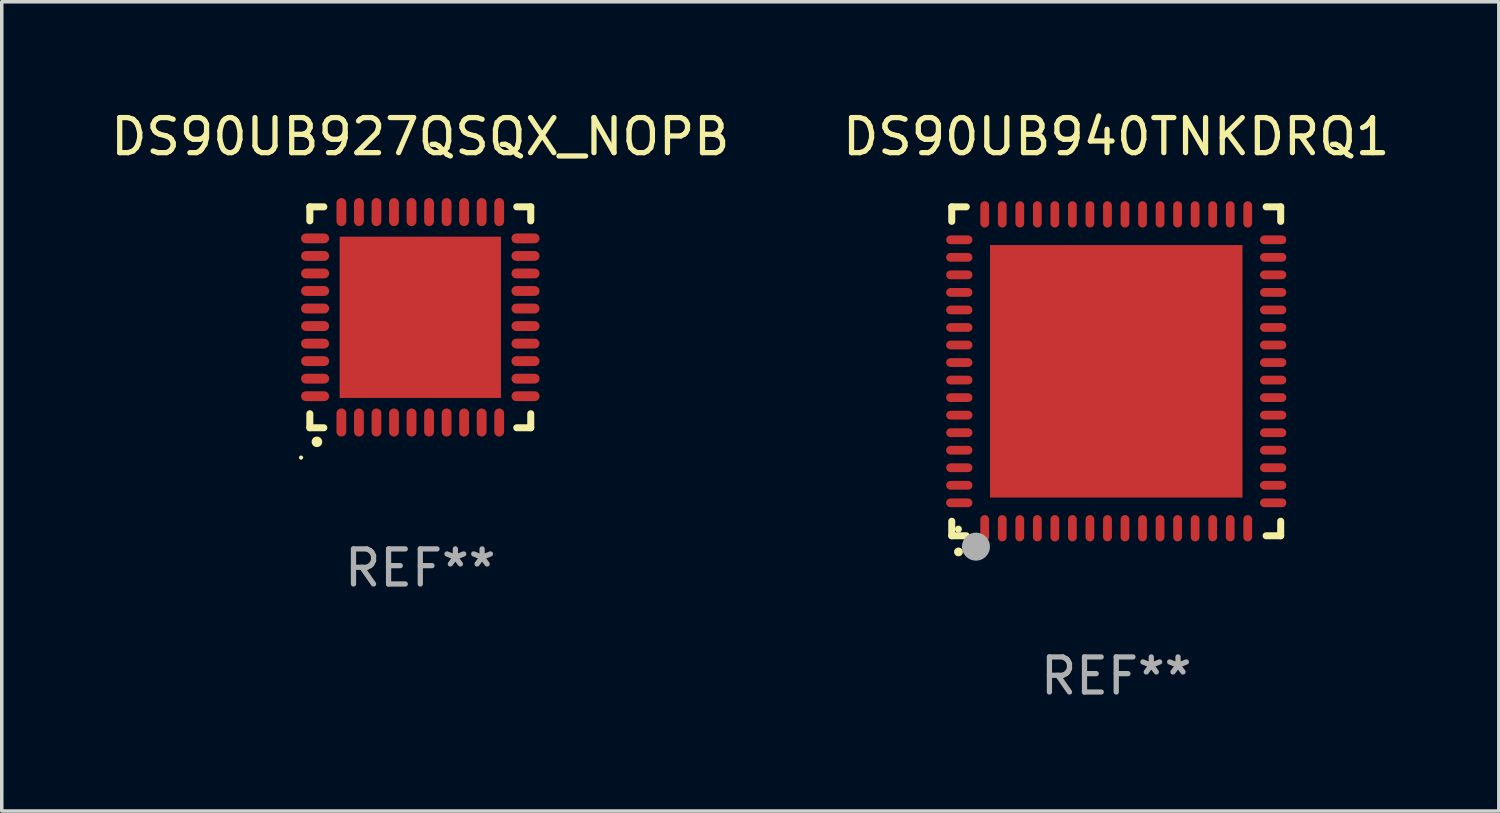
<source format=kicad_pcb>
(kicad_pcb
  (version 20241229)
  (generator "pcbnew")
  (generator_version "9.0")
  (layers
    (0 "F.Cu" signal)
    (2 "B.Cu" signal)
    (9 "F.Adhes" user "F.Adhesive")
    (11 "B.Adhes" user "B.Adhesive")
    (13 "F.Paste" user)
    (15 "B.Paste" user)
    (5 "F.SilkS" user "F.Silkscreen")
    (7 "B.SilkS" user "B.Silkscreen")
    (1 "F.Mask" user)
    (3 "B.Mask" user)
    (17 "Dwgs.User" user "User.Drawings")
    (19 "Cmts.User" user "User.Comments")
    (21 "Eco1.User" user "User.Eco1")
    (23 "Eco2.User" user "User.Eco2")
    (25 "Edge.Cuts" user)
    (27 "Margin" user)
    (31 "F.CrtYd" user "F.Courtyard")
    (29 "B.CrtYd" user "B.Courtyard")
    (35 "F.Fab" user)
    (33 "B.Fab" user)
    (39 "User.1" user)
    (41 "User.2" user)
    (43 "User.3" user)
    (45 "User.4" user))
  (footprint "DS90UB927QSQX_NOPB"
    (layer "F.Cu")
    (at 8.935 5.998)
    (property "Reference" "DS90UB927QSQX_NOPB" (at 0 -5.15 0) (layer "F.SilkS") (effects (font (size 1 1) (thickness 0.15))))
    (attr through_hole)
    (fp_line (start -3.15 -3.15) (end -2.75 -3.15) (stroke (width 0.2) (type solid)) (layer "F.SilkS"))
    (fp_line (start -3.15 -2.75) (end -3.15 -3.15) (stroke (width 0.2) (type solid)) (layer "F.SilkS"))
    (fp_line (start -3.15 3.15) (end -3.15 2.75) (stroke (width 0.2) (type solid)) (layer "F.SilkS"))
    (fp_line (start -2.75 3.15) (end -3.15 3.15) (stroke (width 0.2) (type solid)) (layer "F.SilkS"))
    (fp_line (start 3.15 -3.15) (end 2.75 -3.15) (stroke (width 0.2) (type solid)) (layer "F.SilkS"))
    (fp_line (start 3.15 -2.75) (end 3.15 -3.15) (stroke (width 0.2) (type solid)) (layer "F.SilkS"))
    (fp_line (start 3.15 2.75) (end 3.15 3.15) (stroke (width 0.2) (type solid)) (layer "F.SilkS"))
    (fp_line (start 3.15 3.15) (end 2.75 3.15) (stroke (width 0.2) (type solid)) (layer "F.SilkS"))
    (fp_arc (start -2.948946 3.550927) (mid -2.947676 3.550922) (end -2.946406 3.550927) (stroke (width 0.3) (type solid)) (layer "F.SilkS"))
    (fp_circle (center -3.4 4.001) (end -3.37 4.001) (stroke (width 0.06) (type solid)) (fill no) (layer "F.SilkS"))
    (fp_text user "REF**" (at 0 7.15 0) (layer "F.Fab") (effects (font (size 1 1) (thickness 0.15))))
    (pad "1" smd oval (at -2.25 3 180) (size 0.28 0.8) (layers "F.Cu" "F.Mask" "F.Paste"))
    (pad "2" smd oval (at -1.75 3 180) (size 0.28 0.8) (layers "F.Cu" "F.Mask" "F.Paste"))
    (pad "3" smd oval (at -1.25 3 180) (size 0.28 0.8) (layers "F.Cu" "F.Mask" "F.Paste"))
    (pad "4" smd oval (at -0.75 3 180) (size 0.28 0.8) (layers "F.Cu" "F.Mask" "F.Paste"))
    (pad "5" smd oval (at -0.25 3 180) (size 0.28 0.8) (layers "F.Cu" "F.Mask" "F.Paste"))
    (pad "6" smd oval (at 0.25 3 180) (size 0.28 0.8) (layers "F.Cu" "F.Mask" "F.Paste"))
    (pad "7" smd oval (at 0.75 3 180) (size 0.28 0.8) (layers "F.Cu" "F.Mask" "F.Paste"))
    (pad "8" smd oval (at 1.25 3 180) (size 0.28 0.8) (layers "F.Cu" "F.Mask" "F.Paste"))
    (pad "9" smd oval (at 1.75 3 180) (size 0.28 0.8) (layers "F.Cu" "F.Mask" "F.Paste"))
    (pad "10" smd oval (at 2.25 3 180) (size 0.28 0.8) (layers "F.Cu" "F.Mask" "F.Paste"))
    (pad "11" smd oval (at 3 2.25 90) (size 0.28 0.8) (layers "F.Cu" "F.Mask" "F.Paste"))
    (pad "12" smd oval (at 3 1.75 90) (size 0.28 0.8) (layers "F.Cu" "F.Mask" "F.Paste"))
    (pad "13" smd oval (at 3 1.25 90) (size 0.28 0.8) (layers "F.Cu" "F.Mask" "F.Paste"))
    (pad "14" smd oval (at 3 0.75 90) (size 0.28 0.8) (layers "F.Cu" "F.Mask" "F.Paste"))
    (pad "15" smd oval (at 3 0.25 90) (size 0.28 0.8) (layers "F.Cu" "F.Mask" "F.Paste"))
    (pad "16" smd oval (at 3 -0.25 90) (size 0.28 0.8) (layers "F.Cu" "F.Mask" "F.Paste"))
    (pad "17" smd oval (at 3 -0.75 90) (size 0.28 0.8) (layers "F.Cu" "F.Mask" "F.Paste"))
    (pad "18" smd oval (at 3 -1.25 90) (size 0.28 0.8) (layers "F.Cu" "F.Mask" "F.Paste"))
    (pad "19" smd oval (at 3 -1.75 90) (size 0.28 0.8) (layers "F.Cu" "F.Mask" "F.Paste"))
    (pad "20" smd oval (at 3 -2.25 90) (size 0.28 0.8) (layers "F.Cu" "F.Mask" "F.Paste"))
    (pad "21" smd oval (at 2.25 -3 180) (size 0.28 0.8) (layers "F.Cu" "F.Mask" "F.Paste"))
    (pad "22" smd oval (at 1.75 -3 180) (size 0.28 0.8) (layers "F.Cu" "F.Mask" "F.Paste"))
    (pad "23" smd oval (at 1.25 -3 180) (size 0.28 0.8) (layers "F.Cu" "F.Mask" "F.Paste"))
    (pad "24" smd oval (at 0.75 -3 180) (size 0.28 0.8) (layers "F.Cu" "F.Mask" "F.Paste"))
    (pad "25" smd oval (at 0.25 -3 180) (size 0.28 0.8) (layers "F.Cu" "F.Mask" "F.Paste"))
    (pad "26" smd oval (at -0.25 -3 180) (size 0.28 0.8) (layers "F.Cu" "F.Mask" "F.Paste"))
    (pad "27" smd oval (at -0.75 -3 180) (size 0.28 0.8) (layers "F.Cu" "F.Mask" "F.Paste"))
    (pad "28" smd oval (at -1.25 -3 180) (size 0.28 0.8) (layers "F.Cu" "F.Mask" "F.Paste"))
    (pad "29" smd oval (at -1.75 -3 180) (size 0.28 0.8) (layers "F.Cu" "F.Mask" "F.Paste"))
    (pad "30" smd oval (at -2.25 -3 180) (size 0.28 0.8) (layers "F.Cu" "F.Mask" "F.Paste"))
    (pad "31" smd oval (at -3 -2.25 90) (size 0.28 0.8) (layers "F.Cu" "F.Mask" "F.Paste"))
    (pad "32" smd oval (at -3 -1.75 90) (size 0.28 0.8) (layers "F.Cu" "F.Mask" "F.Paste"))
    (pad "33" smd oval (at -3 -1.25 90) (size 0.28 0.8) (layers "F.Cu" "F.Mask" "F.Paste"))
    (pad "34" smd oval (at -3 -0.75 90) (size 0.28 0.8) (layers "F.Cu" "F.Mask" "F.Paste"))
    (pad "35" smd oval (at -3 -0.25 90) (size 0.28 0.8) (layers "F.Cu" "F.Mask" "F.Paste"))
    (pad "36" smd oval (at -3 0.25 90) (size 0.28 0.8) (layers "F.Cu" "F.Mask" "F.Paste"))
    (pad "37" smd oval (at -3 0.75 90) (size 0.28 0.8) (layers "F.Cu" "F.Mask" "F.Paste"))
    (pad "38" smd oval (at -3 1.25 90) (size 0.28 0.8) (layers "F.Cu" "F.Mask" "F.Paste"))
    (pad "39" smd oval (at -3 1.75 90) (size 0.28 0.8) (layers "F.Cu" "F.Mask" "F.Paste"))
    (pad "40" smd oval (at -3 2.25 90) (size 0.28 0.8) (layers "F.Cu" "F.Mask" "F.Paste"))
    (pad "41" smd rect (at 0.000051 0.000051 90) (size 4.6 4.6) (layers "F.Cu" "F.Mask" "F.Paste")))
  (footprint "DS90UB940TNKDRQ1"
    (layer "F.Cu")
    (at 28.78 7.538)
    (property "Reference" "DS90UB940TNKDRQ1" (at 0 -6.69 0) (layer "F.SilkS") (effects (font (size 1 1) (thickness 0.15))))
    (attr through_hole)
    (fp_line (start -4.69 -4.69) (end -4.275 -4.69) (stroke (width 0.2) (type solid)) (layer "F.SilkS"))
    (fp_line (start -4.69 -4.275) (end -4.69 -4.69) (stroke (width 0.2) (type solid)) (layer "F.SilkS"))
    (fp_line (start -4.69 4.69) (end -4.69 4.275) (stroke (width 0.2) (type solid)) (layer "F.SilkS"))
    (fp_line (start -4.275 4.69) (end -4.69 4.69) (stroke (width 0.2) (type solid)) (layer "F.SilkS"))
    (fp_line (start 4.275 4.69) (end 4.69 4.69) (stroke (width 0.2) (type solid)) (layer "F.SilkS"))
    (fp_line (start 4.69 -4.69) (end 4.275 -4.69) (stroke (width 0.2) (type solid)) (layer "F.SilkS"))
    (fp_line (start 4.69 -4.275) (end 4.69 -4.69) (stroke (width 0.2) (type solid)) (layer "F.SilkS"))
    (fp_line (start 4.69 4.69) (end 4.69 4.275) (stroke (width 0.2) (type solid)) (layer "F.SilkS"))
    (fp_arc (start -4.499886 5.15) (mid -4.498616 5.149994) (end -4.497346 5.15) (stroke (width 0.24892) (type solid)) (layer "F.SilkS"))
    (fp_circle (center -4.5 4.5) (end -4.45 4.5) (stroke (width 0.1) (type solid)) (fill no) (layer "F.SilkS"))
    (fp_circle (center -4 5) (end -3.8 5) (stroke (width 0.4) (type solid)) (fill no) (layer "F.Fab"))
    (fp_text user "REF**" (at 0 8.69 0) (layer "F.Fab") (effects (font (size 1 1) (thickness 0.15))))
    (pad "1" smd oval (at -3.75 4.475) (size 0.25 0.75) (layers "F.Cu" "F.Mask" "F.Paste"))
    (pad "2" smd oval (at -3.25 4.475) (size 0.25 0.75) (layers "F.Cu" "F.Mask" "F.Paste"))
    (pad "3" smd oval (at -2.75 4.475) (size 0.25 0.75) (layers "F.Cu" "F.Mask" "F.Paste"))
    (pad "4" smd oval (at -2.25 4.475) (size 0.25 0.75) (layers "F.Cu" "F.Mask" "F.Paste"))
    (pad "5" smd oval (at -1.75 4.475) (size 0.25 0.75) (layers "F.Cu" "F.Mask" "F.Paste"))
    (pad "6" smd oval (at -1.25 4.475) (size 0.25 0.75) (layers "F.Cu" "F.Mask" "F.Paste"))
    (pad "7" smd oval (at -0.75 4.475) (size 0.25 0.75) (layers "F.Cu" "F.Mask" "F.Paste"))
    (pad "8" smd oval (at -0.25 4.475) (size 0.25 0.75) (layers "F.Cu" "F.Mask" "F.Paste"))
    (pad "9" smd oval (at 0.25 4.475) (size 0.25 0.75) (layers "F.Cu" "F.Mask" "F.Paste"))
    (pad "10" smd oval (at 0.75 4.475) (size 0.25 0.75) (layers "F.Cu" "F.Mask" "F.Paste"))
    (pad "11" smd oval (at 1.25 4.475) (size 0.25 0.75) (layers "F.Cu" "F.Mask" "F.Paste"))
    (pad "12" smd oval (at 1.75 4.475) (size 0.25 0.75) (layers "F.Cu" "F.Mask" "F.Paste"))
    (pad "13" smd oval (at 2.25 4.475) (size 0.25 0.75) (layers "F.Cu" "F.Mask" "F.Paste"))
    (pad "14" smd oval (at 2.75 4.475) (size 0.25 0.75) (layers "F.Cu" "F.Mask" "F.Paste"))
    (pad "15" smd oval (at 3.25 4.475) (size 0.25 0.75) (layers "F.Cu" "F.Mask" "F.Paste"))
    (pad "16" smd oval (at 3.75 4.475) (size 0.25 0.75) (layers "F.Cu" "F.Mask" "F.Paste"))
    (pad "17" smd oval (at 4.475 3.75) (size 0.75 0.25) (layers "F.Cu" "F.Mask" "F.Paste"))
    (pad "18" smd oval (at 4.475 3.25) (size 0.75 0.25) (layers "F.Cu" "F.Mask" "F.Paste"))
    (pad "19" smd oval (at 4.475 2.75) (size 0.75 0.25) (layers "F.Cu" "F.Mask" "F.Paste"))
    (pad "20" smd oval (at 4.475 2.25) (size 0.75 0.25) (layers "F.Cu" "F.Mask" "F.Paste"))
    (pad "21" smd oval (at 4.475 1.75) (size 0.75 0.25) (layers "F.Cu" "F.Mask" "F.Paste"))
    (pad "22" smd oval (at 4.475 1.25) (size 0.75 0.25) (layers "F.Cu" "F.Mask" "F.Paste"))
    (pad "23" smd oval (at 4.475 0.75) (size 0.75 0.25) (layers "F.Cu" "F.Mask" "F.Paste"))
    (pad "24" smd oval (at 4.475 0.25) (size 0.75 0.25) (layers "F.Cu" "F.Mask" "F.Paste"))
    (pad "25" smd oval (at 4.475 -0.25) (size 0.75 0.25) (layers "F.Cu" "F.Mask" "F.Paste"))
    (pad "26" smd oval (at 4.475 -0.75) (size 0.75 0.25) (layers "F.Cu" "F.Mask" "F.Paste"))
    (pad "27" smd oval (at 4.475 -1.25) (size 0.75 0.25) (layers "F.Cu" "F.Mask" "F.Paste"))
    (pad "28" smd oval (at 4.475 -1.75) (size 0.75 0.25) (layers "F.Cu" "F.Mask" "F.Paste"))
    (pad "29" smd oval (at 4.475 -2.25) (size 0.75 0.25) (layers "F.Cu" "F.Mask" "F.Paste"))
    (pad "30" smd oval (at 4.475 -2.75) (size 0.75 0.25) (layers "F.Cu" "F.Mask" "F.Paste"))
    (pad "31" smd oval (at 4.475 -3.25) (size 0.75 0.25) (layers "F.Cu" "F.Mask" "F.Paste"))
    (pad "32" smd oval (at 4.475 -3.75) (size 0.75 0.25) (layers "F.Cu" "F.Mask" "F.Paste"))
    (pad "33" smd oval (at 3.75 -4.475) (size 0.25 0.75) (layers "F.Cu" "F.Mask" "F.Paste"))
    (pad "34" smd oval (at 3.25 -4.475) (size 0.25 0.75) (layers "F.Cu" "F.Mask" "F.Paste"))
    (pad "35" smd oval (at 2.75 -4.475) (size 0.25 0.75) (layers "F.Cu" "F.Mask" "F.Paste"))
    (pad "36" smd oval (at 2.25 -4.475) (size 0.25 0.75) (layers "F.Cu" "F.Mask" "F.Paste"))
    (pad "37" smd oval (at 1.75 -4.475) (size 0.25 0.75) (layers "F.Cu" "F.Mask" "F.Paste"))
    (pad "38" smd oval (at 1.25 -4.475) (size 0.25 0.75) (layers "F.Cu" "F.Mask" "F.Paste"))
    (pad "39" smd oval (at 0.75 -4.475) (size 0.25 0.75) (layers "F.Cu" "F.Mask" "F.Paste"))
    (pad "40" smd oval (at 0.25 -4.475) (size 0.25 0.75) (layers "F.Cu" "F.Mask" "F.Paste"))
    (pad "41" smd oval (at -0.25 -4.475) (size 0.25 0.75) (layers "F.Cu" "F.Mask" "F.Paste"))
    (pad "42" smd oval (at -0.75 -4.475) (size 0.25 0.75) (layers "F.Cu" "F.Mask" "F.Paste"))
    (pad "43" smd oval (at -1.25 -4.475) (size 0.25 0.75) (layers "F.Cu" "F.Mask" "F.Paste"))
    (pad "44" smd oval (at -1.75 -4.475) (size 0.25 0.75) (layers "F.Cu" "F.Mask" "F.Paste"))
    (pad "45" smd oval (at -2.25 -4.475) (size 0.25 0.75) (layers "F.Cu" "F.Mask" "F.Paste"))
    (pad "46" smd oval (at -2.75 -4.475) (size 0.25 0.75) (layers "F.Cu" "F.Mask" "F.Paste"))
    (pad "47" smd oval (at -3.25 -4.475) (size 0.25 0.75) (layers "F.Cu" "F.Mask" "F.Paste"))
    (pad "48" smd oval (at -3.75 -4.475) (size 0.25 0.75) (layers "F.Cu" "F.Mask" "F.Paste"))
    (pad "49" smd oval (at -4.475 -3.75) (size 0.75 0.25) (layers "F.Cu" "F.Mask" "F.Paste"))
    (pad "50" smd oval (at -4.475 -3.25) (size 0.75 0.25) (layers "F.Cu" "F.Mask" "F.Paste"))
    (pad "51" smd oval (at -4.475 -2.75) (size 0.75 0.25) (layers "F.Cu" "F.Mask" "F.Paste"))
    (pad "52" smd oval (at -4.475 -2.25) (size 0.75 0.25) (layers "F.Cu" "F.Mask" "F.Paste"))
    (pad "53" smd oval (at -4.475 -1.75) (size 0.75 0.25) (layers "F.Cu" "F.Mask" "F.Paste"))
    (pad "54" smd oval (at -4.475 -1.25) (size 0.75 0.25) (layers "F.Cu" "F.Mask" "F.Paste"))
    (pad "55" smd oval (at -4.475 -0.75) (size 0.75 0.25) (layers "F.Cu" "F.Mask" "F.Paste"))
    (pad "56" smd oval (at -4.475 -0.25) (size 0.75 0.25) (layers "F.Cu" "F.Mask" "F.Paste"))
    (pad "57" smd oval (at -4.475 0.25) (size 0.75 0.25) (layers "F.Cu" "F.Mask" "F.Paste"))
    (pad "58" smd oval (at -4.475 0.75) (size 0.75 0.25) (layers "F.Cu" "F.Mask" "F.Paste"))
    (pad "59" smd oval (at -4.475 1.25) (size 0.75 0.25) (layers "F.Cu" "F.Mask" "F.Paste"))
    (pad "60" smd oval (at -4.475 1.75) (size 0.75 0.25) (layers "F.Cu" "F.Mask" "F.Paste"))
    (pad "61" smd oval (at -4.475 2.25) (size 0.75 0.25) (layers "F.Cu" "F.Mask" "F.Paste"))
    (pad "62" smd oval (at -4.475 2.75) (size 0.75 0.25) (layers "F.Cu" "F.Mask" "F.Paste"))
    (pad "63" smd oval (at -4.475 3.25) (size 0.75 0.25) (layers "F.Cu" "F.Mask" "F.Paste"))
    (pad "64" smd oval (at -4.475 3.75) (size 0.75 0.25) (layers "F.Cu" "F.Mask" "F.Paste"))
    (pad "65" smd rect (at 0.000368 0.000013) (size 7.2 7.2) (layers "F.Cu" "F.Mask" "F.Paste")))
  (gr_rect
    (start -3 -3)
    (end 39.69 20.077)
    (stroke (width 0.1) (type default))
    (fill no)
    (layer "Edge.Cuts")))
</source>
